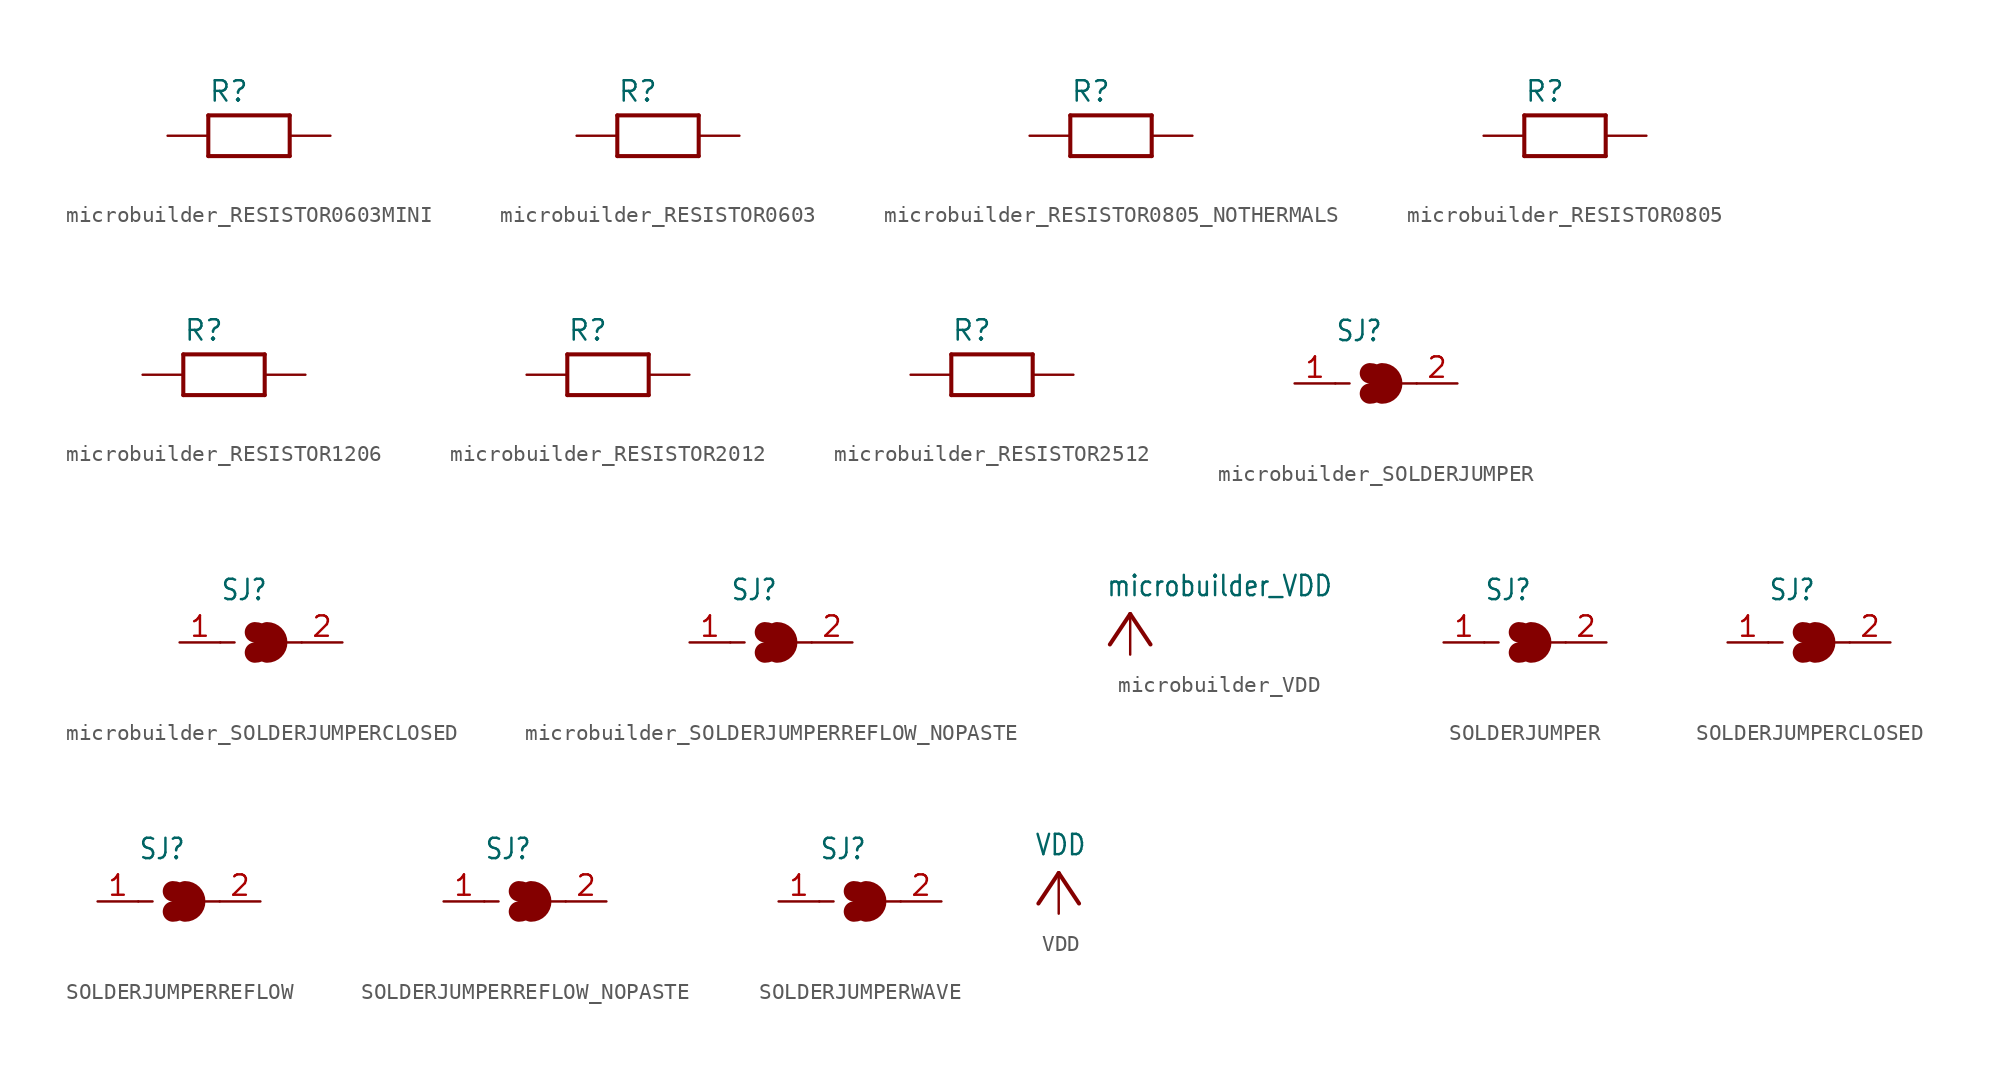
<source format=kicad_sym>
(kicad_symbol_lib
  (version 20220914)
  (generator kicad_symbol_editor)
  (symbol "microbuilder_RESISTOR0603MINI"
    (property "Reference" "R"
      (at -2.54 2.032 0)
      (effects (font (size 1.27 1.27)) (justify left bottom)))
    (property "Value" ""
      (at -2.54 -3.175 0)
      (effects (font (size 1.27 1.27)) (justify left bottom)))
    (property "ki_locked" ""
      (at 0 0 0)
      (effects (font (size 1.27 1.27))))
    (symbol "microbuilder_RESISTOR0603MINI_1_0"
      (polyline (pts (xy -2.54 -1.27) (xy -2.54 1.27)) (stroke (width 0.254) (type solid)) (fill (type none)))
      (polyline (pts (xy -2.54 1.27) (xy 2.54 1.27)) (stroke (width 0.254) (type solid)) (fill (type none)))
      (polyline (pts (xy 2.54 -1.27) (xy -2.54 -1.27)) (stroke (width 0.254) (type solid)) (fill (type none)))
      (polyline (pts (xy 2.54 1.27) (xy 2.54 -1.27)) (stroke (width 0.254) (type solid)) (fill (type none)))
      (pin passive line (at -5.08 0 0) (length 2.54) (name "1" (effects (font (size 0 0)))) (number "1" (effects (font (size 0 0)))))
      (pin passive line (at 5.08 0 180) (length 2.54) (name "2" (effects (font (size 0 0)))) (number "2" (effects (font (size 0 0)))))))
  (symbol "microbuilder_RESISTOR0603"
    (property "Reference" "R"
      (at -2.54 2.032 0)
      (effects (font (size 1.27 1.27)) (justify left bottom)))
    (property "Value" ""
      (at -2.54 -3.175 0)
      (effects (font (size 1.27 1.27)) (justify left bottom)))
    (property "ki_locked" ""
      (at 0 0 0)
      (effects (font (size 1.27 1.27))))
    (symbol "microbuilder_RESISTOR0603_1_0"
      (polyline (pts (xy -2.54 -1.27) (xy -2.54 1.27)) (stroke (width 0.254) (type solid)) (fill (type none)))
      (polyline (pts (xy -2.54 1.27) (xy 2.54 1.27)) (stroke (width 0.254) (type solid)) (fill (type none)))
      (polyline (pts (xy 2.54 -1.27) (xy -2.54 -1.27)) (stroke (width 0.254) (type solid)) (fill (type none)))
      (polyline (pts (xy 2.54 1.27) (xy 2.54 -1.27)) (stroke (width 0.254) (type solid)) (fill (type none)))
      (pin passive line (at -5.08 0 0) (length 2.54) (name "1" (effects (font (size 0 0)))) (number "1" (effects (font (size 0 0)))))
      (pin passive line (at 5.08 0 180) (length 2.54) (name "2" (effects (font (size 0 0)))) (number "2" (effects (font (size 0 0)))))))
  (symbol "microbuilder_RESISTOR0805_NOTHERMALS"
    (property "Reference" "R"
      (at -2.54 2.032 0)
      (effects (font (size 1.27 1.27)) (justify left bottom)))
    (property "Value" ""
      (at -2.54 -3.175 0)
      (effects (font (size 1.27 1.27)) (justify left bottom)))
    (property "ki_locked" ""
      (at 0 0 0)
      (effects (font (size 1.27 1.27))))
    (symbol "microbuilder_RESISTOR0805_NOTHERMALS_1_0"
      (polyline (pts (xy -2.54 -1.27) (xy -2.54 1.27)) (stroke (width 0.254) (type solid)) (fill (type none)))
      (polyline (pts (xy -2.54 1.27) (xy 2.54 1.27)) (stroke (width 0.254) (type solid)) (fill (type none)))
      (polyline (pts (xy 2.54 -1.27) (xy -2.54 -1.27)) (stroke (width 0.254) (type solid)) (fill (type none)))
      (polyline (pts (xy 2.54 1.27) (xy 2.54 -1.27)) (stroke (width 0.254) (type solid)) (fill (type none)))
      (pin passive line (at -5.08 0 0) (length 2.54) (name "1" (effects (font (size 0 0)))) (number "1" (effects (font (size 0 0)))))
      (pin passive line (at 5.08 0 180) (length 2.54) (name "2" (effects (font (size 0 0)))) (number "2" (effects (font (size 0 0)))))))
  (symbol "microbuilder_RESISTOR0805"
    (property "Reference" "R"
      (at -2.54 2.032 0)
      (effects (font (size 1.27 1.27)) (justify left bottom)))
    (property "Value" ""
      (at -2.54 -3.175 0)
      (effects (font (size 1.27 1.27)) (justify left bottom)))
    (property "ki_locked" ""
      (at 0 0 0)
      (effects (font (size 1.27 1.27))))
    (symbol "microbuilder_RESISTOR0805_1_0"
      (polyline (pts (xy -2.54 -1.27) (xy -2.54 1.27)) (stroke (width 0.254) (type solid)) (fill (type none)))
      (polyline (pts (xy -2.54 1.27) (xy 2.54 1.27)) (stroke (width 0.254) (type solid)) (fill (type none)))
      (polyline (pts (xy 2.54 -1.27) (xy -2.54 -1.27)) (stroke (width 0.254) (type solid)) (fill (type none)))
      (polyline (pts (xy 2.54 1.27) (xy 2.54 -1.27)) (stroke (width 0.254) (type solid)) (fill (type none)))
      (pin passive line (at -5.08 0 0) (length 2.54) (name "1" (effects (font (size 0 0)))) (number "1" (effects (font (size 0 0)))))
      (pin passive line (at 5.08 0 180) (length 2.54) (name "2" (effects (font (size 0 0)))) (number "2" (effects (font (size 0 0)))))))
  (symbol "microbuilder_RESISTOR1206"
    (property "Reference" "R"
      (at -2.54 2.032 0)
      (effects (font (size 1.27 1.27)) (justify left bottom)))
    (property "Value" ""
      (at -2.54 -3.175 0)
      (effects (font (size 1.27 1.27)) (justify left bottom)))
    (property "ki_locked" ""
      (at 0 0 0)
      (effects (font (size 1.27 1.27))))
    (symbol "microbuilder_RESISTOR1206_1_0"
      (polyline (pts (xy -2.54 -1.27) (xy -2.54 1.27)) (stroke (width 0.254) (type solid)) (fill (type none)))
      (polyline (pts (xy -2.54 1.27) (xy 2.54 1.27)) (stroke (width 0.254) (type solid)) (fill (type none)))
      (polyline (pts (xy 2.54 -1.27) (xy -2.54 -1.27)) (stroke (width 0.254) (type solid)) (fill (type none)))
      (polyline (pts (xy 2.54 1.27) (xy 2.54 -1.27)) (stroke (width 0.254) (type solid)) (fill (type none)))
      (pin passive line (at -5.08 0 0) (length 2.54) (name "1" (effects (font (size 0 0)))) (number "1" (effects (font (size 0 0)))))
      (pin passive line (at 5.08 0 180) (length 2.54) (name "2" (effects (font (size 0 0)))) (number "2" (effects (font (size 0 0)))))))
  (symbol "microbuilder_RESISTOR2012"
    (property "Reference" "R"
      (at -2.54 2.032 0)
      (effects (font (size 1.27 1.27)) (justify left bottom)))
    (property "Value" ""
      (at -2.54 -3.175 0)
      (effects (font (size 1.27 1.27)) (justify left bottom)))
    (property "ki_locked" ""
      (at 0 0 0)
      (effects (font (size 1.27 1.27))))
    (symbol "microbuilder_RESISTOR2012_1_0"
      (polyline (pts (xy -2.54 -1.27) (xy -2.54 1.27)) (stroke (width 0.254) (type solid)) (fill (type none)))
      (polyline (pts (xy -2.54 1.27) (xy 2.54 1.27)) (stroke (width 0.254) (type solid)) (fill (type none)))
      (polyline (pts (xy 2.54 -1.27) (xy -2.54 -1.27)) (stroke (width 0.254) (type solid)) (fill (type none)))
      (polyline (pts (xy 2.54 1.27) (xy 2.54 -1.27)) (stroke (width 0.254) (type solid)) (fill (type none)))
      (pin passive line (at -5.08 0 0) (length 2.54) (name "1" (effects (font (size 0 0)))) (number "1" (effects (font (size 0 0)))))
      (pin passive line (at 5.08 0 180) (length 2.54) (name "2" (effects (font (size 0 0)))) (number "2" (effects (font (size 0 0)))))))
  (symbol "microbuilder_RESISTOR2512"
    (property "Reference" "R"
      (at -2.54 2.032 0)
      (effects (font (size 1.27 1.27)) (justify left bottom)))
    (property "Value" ""
      (at -2.54 -3.175 0)
      (effects (font (size 1.27 1.27)) (justify left bottom)))
    (property "ki_locked" ""
      (at 0 0 0)
      (effects (font (size 1.27 1.27))))
    (symbol "microbuilder_RESISTOR2512_1_0"
      (polyline (pts (xy -2.54 -1.27) (xy -2.54 1.27)) (stroke (width 0.254) (type solid)) (fill (type none)))
      (polyline (pts (xy -2.54 1.27) (xy 2.54 1.27)) (stroke (width 0.254) (type solid)) (fill (type none)))
      (polyline (pts (xy 2.54 -1.27) (xy -2.54 -1.27)) (stroke (width 0.254) (type solid)) (fill (type none)))
      (polyline (pts (xy 2.54 1.27) (xy 2.54 -1.27)) (stroke (width 0.254) (type solid)) (fill (type none)))
      (pin passive line (at -5.08 0 0) (length 2.54) (name "1" (effects (font (size 0 0)))) (number "1" (effects (font (size 0 0)))))
      (pin passive line (at 5.08 0 180) (length 2.54) (name "2" (effects (font (size 0 0)))) (number "2" (effects (font (size 0 0)))))))
  (symbol "microbuilder_SOLDERJUMPER"
    (property "Reference" "SJ"
      (at -2.54 2.54 0)
      (effects (font (size 1.27 1.079)) (justify left bottom)))
    (property "Value" ""
      (at -2.54 -3.81 0)
      (effects (font (size 1.27 1.079)) (justify left bottom)))
    (property "ki_locked" ""
      (at 0 0 0)
      (effects (font (size 1.27 1.27))))
    (symbol "microbuilder_SOLDERJUMPER_1_0"
      (arc (start -0.381 -0.635) (mid 0.2541 -0.0001) (end -0.3808 0.635) (stroke (width 1.27) (type solid)) (fill (type none)))
      (polyline (pts (xy -2.54 0) (xy -1.651 0)) (stroke (width 0.152) (type solid)) (fill (type none)))
      (polyline (pts (xy 2.54 0) (xy 1.651 0)) (stroke (width 0.152) (type solid)) (fill (type none)))
      (arc (start 0.3808 -0.635) (mid 1.0132 -0.0001) (end 0.381 0.635) (stroke (width 1.27) (type solid)) (fill (type none)))
      (pin passive line (at -5.08 0 0) (length 2.54) (name "1" (effects (font (size 0 0)))) (number "1" (effects (font (size 1.27 1.27)))))
      (pin passive line (at 5.08 0 180) (length 2.54) (name "2" (effects (font (size 0 0)))) (number "2" (effects (font (size 1.27 1.27)))))))
  (symbol "microbuilder_SOLDERJUMPERCLOSED"
    (property "Reference" "SJ"
      (at -2.54 2.54 0)
      (effects (font (size 1.27 1.079)) (justify left bottom)))
    (property "Value" ""
      (at -2.54 -3.81 0)
      (effects (font (size 1.27 1.079)) (justify left bottom)))
    (property "ki_locked" ""
      (at 0 0 0)
      (effects (font (size 1.27 1.27))))
    (symbol "microbuilder_SOLDERJUMPERCLOSED_1_0"
      (arc (start -0.381 -0.635) (mid 0.2541 -0.0001) (end -0.3808 0.635) (stroke (width 1.27) (type solid)) (fill (type none)))
      (polyline (pts (xy -2.54 0) (xy -1.651 0)) (stroke (width 0.152) (type solid)) (fill (type none)))
      (polyline (pts (xy 2.54 0) (xy 1.651 0)) (stroke (width 0.152) (type solid)) (fill (type none)))
      (arc (start 0.3808 -0.635) (mid 1.0132 -0.0001) (end 0.381 0.635) (stroke (width 1.27) (type solid)) (fill (type none)))
      (pin passive line (at -5.08 0 0) (length 2.54) (name "1" (effects (font (size 0 0)))) (number "1" (effects (font (size 1.27 1.27)))))
      (pin passive line (at 5.08 0 180) (length 2.54) (name "2" (effects (font (size 0 0)))) (number "2" (effects (font (size 1.27 1.27)))))))
  (symbol "microbuilder_SOLDERJUMPERREFLOW_NOPASTE"
    (property "Reference" "SJ"
      (at -2.54 2.54 0)
      (effects (font (size 1.27 1.079)) (justify left bottom)))
    (property "Value" ""
      (at -2.54 -3.81 0)
      (effects (font (size 1.27 1.079)) (justify left bottom)))
    (property "ki_locked" ""
      (at 0 0 0)
      (effects (font (size 1.27 1.27))))
    (symbol "microbuilder_SOLDERJUMPERREFLOW_NOPASTE_1_0"
      (arc (start -0.381 -0.635) (mid 0.2541 -0.0001) (end -0.3808 0.635) (stroke (width 1.27) (type solid)) (fill (type none)))
      (polyline (pts (xy -2.54 0) (xy -1.651 0)) (stroke (width 0.152) (type solid)) (fill (type none)))
      (polyline (pts (xy 2.54 0) (xy 1.651 0)) (stroke (width 0.152) (type solid)) (fill (type none)))
      (arc (start 0.3808 -0.635) (mid 1.0132 -0.0001) (end 0.381 0.635) (stroke (width 1.27) (type solid)) (fill (type none)))
      (pin passive line (at -5.08 0 0) (length 2.54) (name "1" (effects (font (size 0 0)))) (number "1" (effects (font (size 1.27 1.27)))))
      (pin passive line (at 5.08 0 180) (length 2.54) (name "2" (effects (font (size 0 0)))) (number "2" (effects (font (size 1.27 1.27)))))))
  (symbol "microbuilder_VDD"
    (power)
    (property "Reference" ""
      (at 0 0 0)
      (effects (font (size 1.27 1.27)) hide))
    (property "Value" "microbuilder_VDD"
      (at -1.524 3.556 0)
      (effects (font (size 1.27 1.079)) (justify left bottom)))
    (property "ki_locked" ""
      (at 0 0 0)
      (effects (font (size 1.27 1.27))))
    (symbol "microbuilder_VDD_1_0"
      (polyline (pts (xy 0 2.54) (xy -1.27 0.635)) (stroke (width 0.254) (type solid)) (fill (type none)))
      (polyline (pts (xy 1.27 0.635) (xy 0 2.54)) (stroke (width 0.254) (type solid)) (fill (type none)))
      (pin power_in line (at 0 0 90) (length 2.54) (name "VDD" (effects (font (size 0 0)))) (number "1" (effects (font (size 0 0)))))))
  (symbol "SOLDERJUMPER"
    (property "Reference" "SJ"
      (at -2.54 2.54 0)
      (effects (font (size 1.27 1.079)) (justify left bottom)))
    (property "Value" ""
      (at -2.54 -3.81 0)
      (effects (font (size 1.27 1.079)) (justify left bottom)))
    (property "ki_locked" ""
      (at 0 0 0)
      (effects (font (size 1.27 1.27))))
    (symbol "SOLDERJUMPER_1_0"
      (arc (start -0.381 -0.635) (mid 0.2514 -0.0001) (end -0.3808 0.635) (stroke (width 1.27) (type solid)) (fill (type none)))
      (polyline (pts (xy -2.54 0) (xy -1.651 0)) (stroke (width 0.152) (type solid)) (fill (type none)))
      (polyline (pts (xy 2.54 0) (xy 1.651 0)) (stroke (width 0.152) (type solid)) (fill (type none)))
      (arc (start 0.3808 -0.635) (mid 1.0132 -0.0001) (end 0.381 0.635) (stroke (width 1.27) (type solid)) (fill (type none)))
      (pin passive line (at -5.08 0 0) (length 2.54) (name "1" (effects (font (size 0 0)))) (number "1" (effects (font (size 1.27 1.27)))))
      (pin passive line (at 5.08 0 180) (length 2.54) (name "2" (effects (font (size 0 0)))) (number "2" (effects (font (size 1.27 1.27)))))))
  (symbol "SOLDERJUMPERCLOSED"
    (property "Reference" "SJ"
      (at -2.54 2.54 0)
      (effects (font (size 1.27 1.079)) (justify left bottom)))
    (property "Value" ""
      (at -2.54 -3.81 0)
      (effects (font (size 1.27 1.079)) (justify left bottom)))
    (property "ki_locked" ""
      (at 0 0 0)
      (effects (font (size 1.27 1.27))))
    (symbol "SOLDERJUMPERCLOSED_1_0"
      (arc (start -0.381 -0.635) (mid 0.2514 -0.0001) (end -0.3808 0.635) (stroke (width 1.27) (type solid)) (fill (type none)))
      (polyline (pts (xy -2.54 0) (xy -1.651 0)) (stroke (width 0.152) (type solid)) (fill (type none)))
      (polyline (pts (xy 2.54 0) (xy 1.651 0)) (stroke (width 0.152) (type solid)) (fill (type none)))
      (arc (start 0.3808 -0.635) (mid 1.0132 -0.0001) (end 0.381 0.635) (stroke (width 1.27) (type solid)) (fill (type none)))
      (pin passive line (at -5.08 0 0) (length 2.54) (name "1" (effects (font (size 0 0)))) (number "1" (effects (font (size 1.27 1.27)))))
      (pin passive line (at 5.08 0 180) (length 2.54) (name "2" (effects (font (size 0 0)))) (number "2" (effects (font (size 1.27 1.27)))))))
  (symbol "SOLDERJUMPERREFLOW"
    (property "Reference" "SJ"
      (at -2.54 2.54 0)
      (effects (font (size 1.27 1.079)) (justify left bottom)))
    (property "Value" ""
      (at -2.54 -3.81 0)
      (effects (font (size 1.27 1.079)) (justify left bottom)))
    (property "ki_locked" ""
      (at 0 0 0)
      (effects (font (size 1.27 1.27))))
    (symbol "SOLDERJUMPERREFLOW_1_0"
      (arc (start -0.381 -0.635) (mid 0.2514 -0.0001) (end -0.3808 0.635) (stroke (width 1.27) (type solid)) (fill (type none)))
      (polyline (pts (xy -2.54 0) (xy -1.651 0)) (stroke (width 0.152) (type solid)) (fill (type none)))
      (polyline (pts (xy 2.54 0) (xy 1.651 0)) (stroke (width 0.152) (type solid)) (fill (type none)))
      (arc (start 0.3808 -0.635) (mid 1.0132 -0.0001) (end 0.381 0.635) (stroke (width 1.27) (type solid)) (fill (type none)))
      (pin passive line (at -5.08 0 0) (length 2.54) (name "1" (effects (font (size 0 0)))) (number "1" (effects (font (size 1.27 1.27)))))
      (pin passive line (at 5.08 0 180) (length 2.54) (name "2" (effects (font (size 0 0)))) (number "2" (effects (font (size 1.27 1.27)))))))
  (symbol "SOLDERJUMPERREFLOW_NOPASTE"
    (property "Reference" "SJ"
      (at -2.54 2.54 0)
      (effects (font (size 1.27 1.079)) (justify left bottom)))
    (property "Value" ""
      (at -2.54 -3.81 0)
      (effects (font (size 1.27 1.079)) (justify left bottom)))
    (property "ki_locked" ""
      (at 0 0 0)
      (effects (font (size 1.27 1.27))))
    (symbol "SOLDERJUMPERREFLOW_NOPASTE_1_0"
      (arc (start -0.381 -0.635) (mid 0.2514 -0.0001) (end -0.3808 0.635) (stroke (width 1.27) (type solid)) (fill (type none)))
      (polyline (pts (xy -2.54 0) (xy -1.651 0)) (stroke (width 0.152) (type solid)) (fill (type none)))
      (polyline (pts (xy 2.54 0) (xy 1.651 0)) (stroke (width 0.152) (type solid)) (fill (type none)))
      (arc (start 0.3808 -0.635) (mid 1.0132 -0.0001) (end 0.381 0.635) (stroke (width 1.27) (type solid)) (fill (type none)))
      (pin passive line (at -5.08 0 0) (length 2.54) (name "1" (effects (font (size 0 0)))) (number "1" (effects (font (size 1.27 1.27)))))
      (pin passive line (at 5.08 0 180) (length 2.54) (name "2" (effects (font (size 0 0)))) (number "2" (effects (font (size 1.27 1.27)))))))
  (symbol "SOLDERJUMPERWAVE"
    (property "Reference" "SJ"
      (at -2.54 2.54 0)
      (effects (font (size 1.27 1.079)) (justify left bottom)))
    (property "Value" ""
      (at -2.54 -3.81 0)
      (effects (font (size 1.27 1.079)) (justify left bottom)))
    (property "ki_locked" ""
      (at 0 0 0)
      (effects (font (size 1.27 1.27))))
    (symbol "SOLDERJUMPERWAVE_1_0"
      (arc (start -0.381 -0.635) (mid 0.2514 -0.0001) (end -0.3808 0.635) (stroke (width 1.27) (type solid)) (fill (type none)))
      (polyline (pts (xy -2.54 0) (xy -1.651 0)) (stroke (width 0.152) (type solid)) (fill (type none)))
      (polyline (pts (xy 2.54 0) (xy 1.651 0)) (stroke (width 0.152) (type solid)) (fill (type none)))
      (arc (start 0.3808 -0.635) (mid 1.0132 -0.0001) (end 0.381 0.635) (stroke (width 1.27) (type solid)) (fill (type none)))
      (pin passive line (at -5.08 0 0) (length 2.54) (name "1" (effects (font (size 0 0)))) (number "1" (effects (font (size 1.27 1.27)))))
      (pin passive line (at 5.08 0 180) (length 2.54) (name "2" (effects (font (size 0 0)))) (number "2" (effects (font (size 1.27 1.27)))))))
  (symbol "VDD"
    (power)
    (property "Reference" ""
      (at 0 0 0)
      (effects (font (size 1.27 1.27)) hide))
    (property "Value" "VDD"
      (at -1.524 3.556 0)
      (effects (font (size 1.27 1.079)) (justify left bottom)))
    (property "ki_locked" ""
      (at 0 0 0)
      (effects (font (size 1.27 1.27))))
    (symbol "VDD_1_0"
      (polyline (pts (xy 0 2.54) (xy -1.27 0.635)) (stroke (width 0.254) (type solid)) (fill (type none)))
      (polyline (pts (xy 1.27 0.635) (xy 0 2.54)) (stroke (width 0.254) (type solid)) (fill (type none)))
      (pin power_in line (at 0 0 90) (length 2.54) (name "VDD" (effects (font (size 0 0)))) (number "1" (effects (font (size 0 0))))))))
</source>
